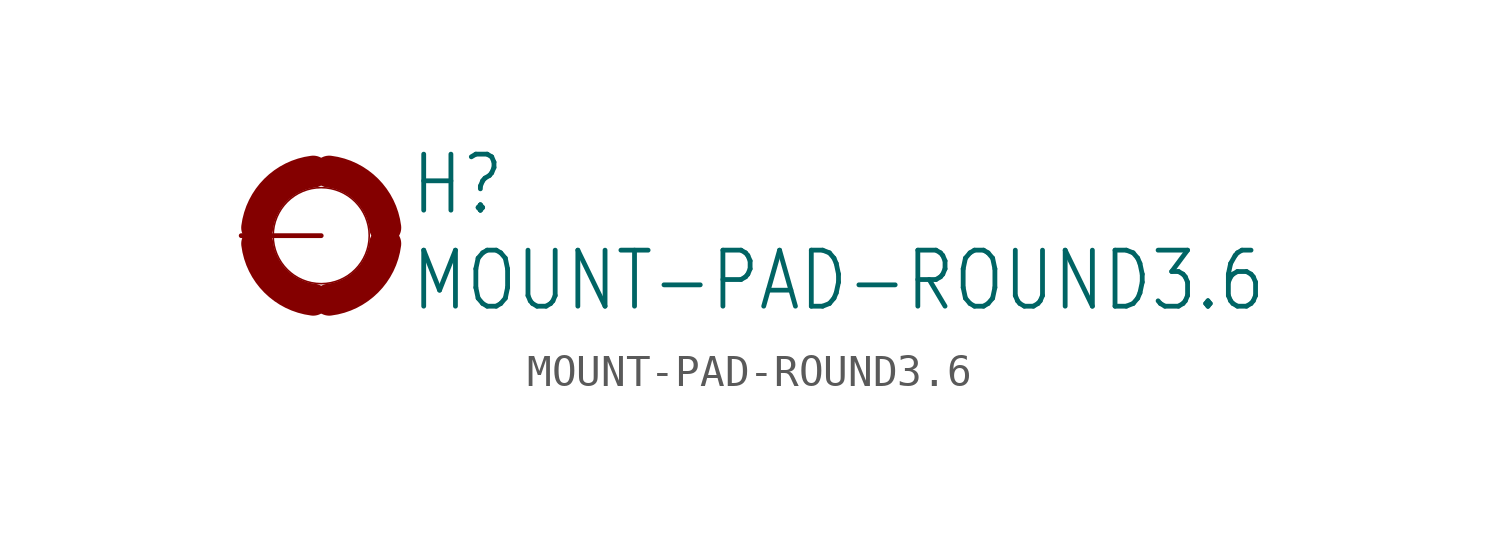
<source format=kicad_sym>
(kicad_symbol_lib
  (version 20211014)
  (generator kicad_symbol_editor)
  (symbol "MOUNT-PAD-ROUND3.6"
    (property "Reference" "H"
      (at 2.794 0.584 0)
      (effects (font (size 1.778 1.511)) (justify left bottom)))
    (property "Value" "MOUNT-PAD-ROUND3.6"
      (at 2.794 -2.464 0)
      (effects (font (size 1.778 1.511)) (justify left bottom)))
    (property "ki_locked" ""
      (at 0 0 0)
      (effects (font (size 1.27 1.27))))
    (symbol "MOUNT-PAD-ROUND3.6_1_0"
      (arc (start -2.032 -0.254) (mid -1.448 -1.448) (end -0.254 -2.032) (stroke (width 1.016) (type default) (color 0 0 0 0)) (fill (type none)))
      (arc (start -0.254 2.032) (mid -1.448 1.448) (end -2.032 0.254) (stroke (width 1.016) (type default) (color 0 0 0 0)) (fill (type none)))
      (circle (center 0 0) (radius 1.524) (stroke (width 0.051) (type default) (color 0 0 0 0)) (fill (type none)))
      (arc (start 0.254 -2.032) (mid 1.448 -1.448) (end 2.032 -0.254) (stroke (width 1.016) (type default) (color 0 0 0 0)) (fill (type none)))
      (arc (start 2.032 0.254) (mid 1.448 1.448) (end 0.254 2.032) (stroke (width 1.016) (type default) (color 0 0 0 0)) (fill (type none)))
      (pin passive line (at -2.54 0 0) (length 2.54) (name "MOUNT" (effects (font (size 0 0)))) (number "B3,6" (effects (font (size 0 0))))))))
</source>
